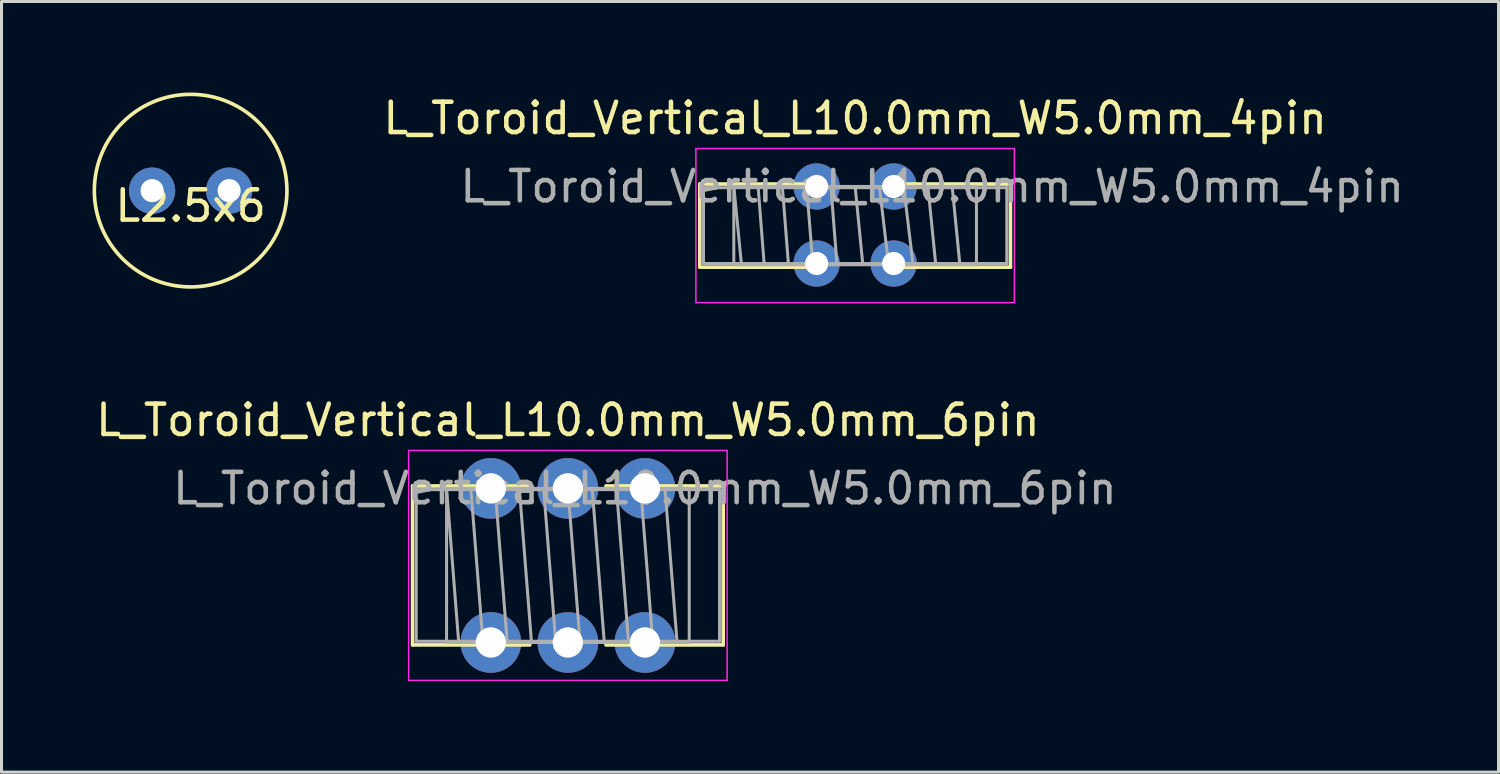
<source format=kicad_pcb>
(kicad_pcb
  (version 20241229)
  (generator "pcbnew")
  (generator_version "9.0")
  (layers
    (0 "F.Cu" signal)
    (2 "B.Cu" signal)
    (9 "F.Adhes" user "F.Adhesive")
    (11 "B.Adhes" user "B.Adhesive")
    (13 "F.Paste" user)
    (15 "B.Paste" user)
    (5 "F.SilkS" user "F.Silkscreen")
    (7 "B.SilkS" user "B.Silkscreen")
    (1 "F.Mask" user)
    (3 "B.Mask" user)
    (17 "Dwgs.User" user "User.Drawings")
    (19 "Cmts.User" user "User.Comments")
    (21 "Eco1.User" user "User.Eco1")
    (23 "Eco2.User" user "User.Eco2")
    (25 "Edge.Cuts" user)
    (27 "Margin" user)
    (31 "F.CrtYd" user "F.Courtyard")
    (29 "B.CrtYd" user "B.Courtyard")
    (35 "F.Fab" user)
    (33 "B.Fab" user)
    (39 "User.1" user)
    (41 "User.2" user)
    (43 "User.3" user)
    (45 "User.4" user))
  (footprint "L_Toroid_Vertical_L10.0mm_W5.0mm_4pin"
    (layer "F.Cu")
    (at 25.143 3.098)
    (property "Reference" "L_Toroid_Vertical_L10.0mm_W5.0mm_4pin" (at 0 -2.25 0) (layer "F.SilkS") (effects (font (size 1 1) (thickness 0.15))))
    (attr through_hole)
    (fp_line (start -5.12 -0.08) (end -5.12 2.66) (stroke (width 0.12) (type solid)) (layer "F.SilkS"))
    (fp_line (start -5.12 -0.08) (end -1.255 -0.08) (stroke (width 0.12) (type solid)) (layer "F.SilkS"))
    (fp_line (start -5.12 2.66) (end -1.255 2.66) (stroke (width 0.12) (type solid)) (layer "F.SilkS"))
    (fp_line (start 1.255 -0.08) (end 5.12 -0.08) (stroke (width 0.12) (type solid)) (layer "F.SilkS"))
    (fp_line (start 1.255 2.66) (end 5.12 2.66) (stroke (width 0.12) (type solid)) (layer "F.SilkS"))
    (fp_line (start 5.12 -0.08) (end 5.12 2.66) (stroke (width 0.12) (type solid)) (layer "F.SilkS"))
    (fp_line (start -5.25 -1.25) (end -5.25 3.83) (stroke (width 0.05) (type solid)) (layer "F.CrtYd"))
    (fp_line (start -5.25 3.83) (end 5.25 3.83) (stroke (width 0.05) (type solid)) (layer "F.CrtYd"))
    (fp_line (start 5.25 -1.25) (end -5.25 -1.25) (stroke (width 0.05) (type solid)) (layer "F.CrtYd"))
    (fp_line (start 5.25 3.83) (end 5.25 -1.25) (stroke (width 0.05) (type solid)) (layer "F.CrtYd"))
    (fp_line (start -5 0.04) (end -5 2.54) (stroke (width 0.1) (type solid)) (layer "F.Fab"))
    (fp_line (start -5 2.54) (end 5 2.54) (stroke (width 0.1) (type solid)) (layer "F.Fab"))
    (fp_line (start -4 0) (end -4 2.58) (stroke (width 0.1) (type solid)) (layer "F.Fab"))
    (fp_line (start -4 0) (end -3.75 2.55) (stroke (width 0.1) (type solid)) (layer "F.Fab"))
    (fp_line (start -4 2.58) (end 4 2.58) (stroke (width 0.1) (type solid)) (layer "F.Fab"))
    (fp_line (start -3.2 0) (end -3 2.55) (stroke (width 0.1) (type solid)) (layer "F.Fab"))
    (fp_line (start -2.4 0) (end -2.2 2.55) (stroke (width 0.1) (type solid)) (layer "F.Fab"))
    (fp_line (start -1.6 0) (end -1.4 2.5) (stroke (width 0.1) (type solid)) (layer "F.Fab"))
    (fp_line (start -0.8 0) (end -0.6 2.55) (stroke (width 0.1) (type solid)) (layer "F.Fab"))
    (fp_line (start 0 0) (end 0.25 2.55) (stroke (width 0.1) (type solid)) (layer "F.Fab"))
    (fp_line (start 0.8 0) (end 1.1 2.55) (stroke (width 0.1) (type solid)) (layer "F.Fab"))
    (fp_line (start 1.6 0) (end 1.9 2.5) (stroke (width 0.1) (type solid)) (layer "F.Fab"))
    (fp_line (start 2.4 0) (end 2.65 2.5) (stroke (width 0.1) (type solid)) (layer "F.Fab"))
    (fp_line (start 3.2 0) (end 3.45 2.55) (stroke (width 0.1) (type solid)) (layer "F.Fab"))
    (fp_line (start 4 0) (end -4 0) (stroke (width 0.1) (type solid)) (layer "F.Fab"))
    (fp_line (start 4 2.58) (end 4 0) (stroke (width 0.1) (type solid)) (layer "F.Fab"))
    (fp_line (start 5 0.04) (end -5 0.04) (stroke (width 0.1) (type solid)) (layer "F.Fab"))
    (fp_line (start 5 2.54) (end 5 0.04) (stroke (width 0.1) (type solid)) (layer "F.Fab"))
    (fp_text user "${REFERENCE}" (at 2.54 0 0) (layer "F.Fab") (effects (font (size 1 1) (thickness 0.15))))
    (pad "1" thru_hole circle (at -1.27 0) (size 1.524 1.524) (drill 0.762) (layers "*.Cu" "*.Mask"))
    (pad "2" thru_hole circle (at 1.27 0) (size 1.524 1.524) (drill 0.762) (layers "*.Cu" "*.Mask"))
    (pad "3" thru_hole circle (at -1.27 2.54) (size 1.524 1.524) (drill 0.762) (layers "*.Cu" "*.Mask"))
    (pad "4" thru_hole circle (at 1.27 2.54) (size 1.524 1.524) (drill 0.762) (layers "*.Cu" "*.Mask")))
  (footprint "L_Toroid_Vertical_L10.0mm_W5.0mm_6pin"
    (layer "F.Cu")
    (at 15.673 13.052)
    (property "Reference" "L_Toroid_Vertical_L10.0mm_W5.0mm_6pin" (at 0 -2.25 0) (layer "F.SilkS") (effects (font (size 1 1) (thickness 0.15))))
    (attr through_hole)
    (fp_line (start -5.12 -0.08) (end -5.12 5.16) (stroke (width 0.12) (type solid)) (layer "F.SilkS"))
    (fp_line (start -5.12 -0.08) (end -1.255 -0.08) (stroke (width 0.12) (type solid)) (layer "F.SilkS"))
    (fp_line (start -5.12 5.16) (end -1.255 5.16) (stroke (width 0.12) (type solid)) (layer "F.SilkS"))
    (fp_line (start 1.255 -0.08) (end 5.12 -0.08) (stroke (width 0.12) (type solid)) (layer "F.SilkS"))
    (fp_line (start 1.255 5.16) (end 5.12 5.16) (stroke (width 0.12) (type solid)) (layer "F.SilkS"))
    (fp_line (start 5.12 -0.08) (end 5.12 5.16) (stroke (width 0.12) (type solid)) (layer "F.SilkS"))
    (fp_line (start -5.25 -1.25) (end -5.25 6.33) (stroke (width 0.05) (type solid)) (layer "F.CrtYd"))
    (fp_line (start -5.25 6.33) (end 5.25 6.33) (stroke (width 0.05) (type solid)) (layer "F.CrtYd"))
    (fp_line (start 5.25 -1.25) (end -5.25 -1.25) (stroke (width 0.05) (type solid)) (layer "F.CrtYd"))
    (fp_line (start 5.25 6.33) (end 5.25 -1.25) (stroke (width 0.05) (type solid)) (layer "F.CrtYd"))
    (fp_line (start -5 0.04) (end -5 5.04) (stroke (width 0.1) (type solid)) (layer "F.Fab"))
    (fp_line (start -5 5.04) (end 5 5.04) (stroke (width 0.1) (type solid)) (layer "F.Fab"))
    (fp_line (start -4 0) (end -4 5.08) (stroke (width 0.1) (type solid)) (layer "F.Fab"))
    (fp_line (start -4 0) (end -3.6 5.08) (stroke (width 0.1) (type solid)) (layer "F.Fab"))
    (fp_line (start -4 5.08) (end 4 5.08) (stroke (width 0.1) (type solid)) (layer "F.Fab"))
    (fp_line (start -3.2 0) (end -2.8 5.08) (stroke (width 0.1) (type solid)) (layer "F.Fab"))
    (fp_line (start -2.4 0) (end -2 5.08) (stroke (width 0.1) (type solid)) (layer "F.Fab"))
    (fp_line (start -1.6 0) (end -1.2 5.08) (stroke (width 0.1) (type solid)) (layer "F.Fab"))
    (fp_line (start -0.8 0) (end -0.4 5.08) (stroke (width 0.1) (type solid)) (layer "F.Fab"))
    (fp_line (start 0 0) (end 0.4 5.08) (stroke (width 0.1) (type solid)) (layer "F.Fab"))
    (fp_line (start 0.8 0) (end 1.2 5.08) (stroke (width 0.1) (type solid)) (layer "F.Fab"))
    (fp_line (start 1.6 0) (end 2 5.08) (stroke (width 0.1) (type solid)) (layer "F.Fab"))
    (fp_line (start 2.4 0) (end 2.8 5.08) (stroke (width 0.1) (type solid)) (layer "F.Fab"))
    (fp_line (start 3.2 0) (end 3.6 5.08) (stroke (width 0.1) (type solid)) (layer "F.Fab"))
    (fp_line (start 4 0) (end -4 0) (stroke (width 0.1) (type solid)) (layer "F.Fab"))
    (fp_line (start 4 5.08) (end 4 0) (stroke (width 0.1) (type solid)) (layer "F.Fab"))
    (fp_line (start 5 0.04) (end -5 0.04) (stroke (width 0.1) (type solid)) (layer "F.Fab"))
    (fp_line (start 5 5.04) (end 5 0.04) (stroke (width 0.1) (type solid)) (layer "F.Fab"))
    (fp_text user "${REFERENCE}" (at 2.54 0 0) (layer "F.Fab") (effects (font (size 1 1) (thickness 0.15))))
    (pad "1" thru_hole circle (at 2.54 0) (size 2 2) (drill 1) (layers "*.Cu" "*.Mask"))
    (pad "2" thru_hole circle (at 0 0) (size 2 2) (drill 1) (layers "*.Cu" "*.Mask"))
    (pad "3" thru_hole circle (at -2.54 0) (size 2 2) (drill 1) (layers "*.Cu" "*.Mask"))
    (pad "4" thru_hole circle (at -2.54 5.08) (size 2 2) (drill 1) (layers "*.Cu" "*.Mask"))
    (pad "5" thru_hole circle (at 0 5.08) (size 2 2) (drill 1) (layers "*.Cu" "*.Mask"))
    (pad "6" thru_hole circle (at 2.54 5.08) (size 2 2) (drill 1) (layers "*.Cu" "*.Mask")))
  (footprint "L2.5x6"
    (layer "F.Cu")
    (at 3.235 3.235)
    (property "Reference" "L2.5x6" (at 0 0.5 0) (layer "F.SilkS") (effects (font (size 1 1) (thickness 0.15))))
    (attr through_hole)
    (fp_circle (center 0 0) (end 3.175 0) (stroke (width 0.12) (type solid)) (fill no) (layer "F.SilkS"))
    (pad "1" thru_hole circle (at -1.27 0) (size 1.524 1.524) (drill 0.762) (layers "*.Cu" "*.Mask"))
    (pad "2" thru_hole circle (at 1.27 0) (size 1.524 1.524) (drill 0.762) (layers "*.Cu" "*.Mask")))
  (gr_rect
    (start -3 -3)
    (end 46.355 22.407)
    (stroke (width 0.1) (type default))
    (fill no)
    (layer "Edge.Cuts")))
</source>
